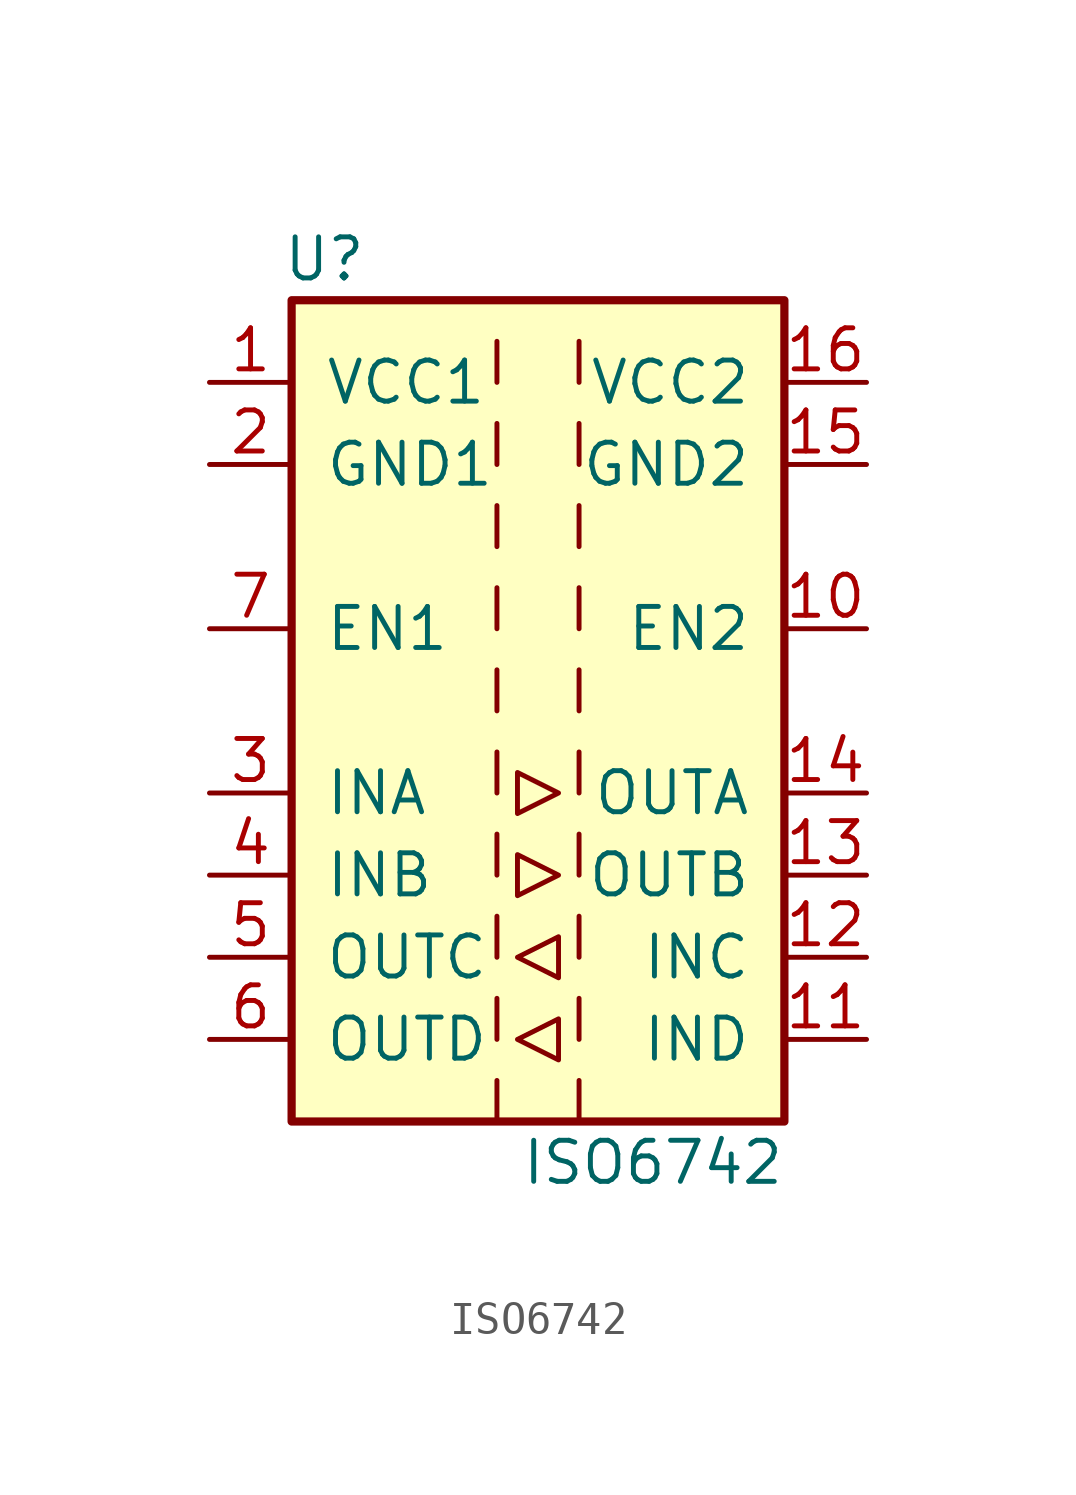
<source format=kicad_sym>
(kicad_symbol_lib
  (version 20220914)
  (generator kicad_symbol_editor)
  (symbol "ISO6742"
    (pin_names
      (offset 1.016))
    (property "Reference" "U"
      (at -6.604 13.97 0)
      (effects (font (size 1.27 1.27))))
    (property "Value" "ISO6742"
      (at 3.556 -13.97 0)
      (effects (font (size 1.27 1.27))))
    (symbol "ISO6742_0_1"
      (rectangle (start -7.62 12.7) (end 7.62 -12.7) (stroke (width 0.254) (type default)) (fill (type background)))
      (polyline (pts (xy -1.27 -11.43) (xy -1.27 -12.7)) (stroke (width 0) (type default)) (fill (type none)))
      (polyline (pts (xy -1.27 -8.89) (xy -1.27 -10.16)) (stroke (width 0) (type default)) (fill (type none)))
      (polyline (pts (xy -1.27 -6.35) (xy -1.27 -7.62)) (stroke (width 0) (type default)) (fill (type none)))
      (polyline (pts (xy -1.27 -3.81) (xy -1.27 -5.08)) (stroke (width 0) (type default)) (fill (type none)))
      (polyline (pts (xy -1.27 -1.27) (xy -1.27 -2.54)) (stroke (width 0) (type default)) (fill (type none)))
      (polyline (pts (xy -1.27 1.27) (xy -1.27 0)) (stroke (width 0) (type default)) (fill (type none)))
      (polyline (pts (xy -1.27 3.81) (xy -1.27 2.54)) (stroke (width 0) (type default)) (fill (type none)))
      (polyline (pts (xy -1.27 6.35) (xy -1.27 5.08)) (stroke (width 0) (type default)) (fill (type none)))
      (polyline (pts (xy -1.27 8.89) (xy -1.27 7.62)) (stroke (width 0) (type default)) (fill (type none)))
      (polyline (pts (xy -1.27 11.43) (xy -1.27 10.16)) (stroke (width 0) (type default)) (fill (type none)))
      (polyline (pts (xy 1.27 -11.43) (xy 1.27 -12.7)) (stroke (width 0) (type default)) (fill (type none)))
      (polyline (pts (xy 1.27 -8.89) (xy 1.27 -10.16)) (stroke (width 0) (type default)) (fill (type none)))
      (polyline (pts (xy 1.27 -6.35) (xy 1.27 -7.62)) (stroke (width 0) (type default)) (fill (type none)))
      (polyline (pts (xy 1.27 -3.81) (xy 1.27 -5.08)) (stroke (width 0) (type default)) (fill (type none)))
      (polyline (pts (xy 1.27 -1.27) (xy 1.27 -2.54)) (stroke (width 0) (type default)) (fill (type none)))
      (polyline (pts (xy 1.27 1.27) (xy 1.27 0)) (stroke (width 0) (type default)) (fill (type none)))
      (polyline (pts (xy 1.27 3.81) (xy 1.27 2.54)) (stroke (width 0) (type default)) (fill (type none)))
      (polyline (pts (xy 1.27 6.35) (xy 1.27 5.08)) (stroke (width 0) (type default)) (fill (type none)))
      (polyline (pts (xy 1.27 8.89) (xy 1.27 7.62)) (stroke (width 0) (type default)) (fill (type none)))
      (polyline (pts (xy 1.27 11.43) (xy 1.27 10.16)) (stroke (width 0) (type default)) (fill (type none)))
      (polyline (pts (xy -0.635 -10.16) (xy 0.635 -9.525) (xy 0.635 -10.795) (xy -0.635 -10.16)) (stroke (width 0) (type default)) (fill (type none)))
      (polyline (pts (xy -0.635 -7.62) (xy 0.635 -6.985) (xy 0.635 -8.255) (xy -0.635 -7.62)) (stroke (width 0) (type default)) (fill (type none)))
      (polyline (pts (xy -0.635 -4.445) (xy -0.635 -5.715) (xy 0.635 -5.08) (xy -0.635 -4.445)) (stroke (width 0) (type default)) (fill (type none)))
      (polyline (pts (xy -0.635 -1.905) (xy -0.635 -3.175) (xy 0.635 -2.54) (xy -0.635 -1.905)) (stroke (width 0) (type default)) (fill (type none))))
    (symbol "ISO6742_1_1"
      (pin power_in line (at -10.16 10.16 0) (length 2.54) (name "VCC1" (effects (font (size 1.27 1.27)))) (number "1" (effects (font (size 1.27 1.27)))))
      (pin input line (at 10.16 2.54 180) (length 2.54) (name "EN2" (effects (font (size 1.27 1.27)))) (number "10" (effects (font (size 1.27 1.27)))))
      (pin input line (at 10.16 -10.16 180) (length 2.54) (name "IND" (effects (font (size 1.27 1.27)))) (number "11" (effects (font (size 1.27 1.27)))))
      (pin input line (at 10.16 -7.62 180) (length 2.54) (name "INC" (effects (font (size 1.27 1.27)))) (number "12" (effects (font (size 1.27 1.27)))))
      (pin output line (at 10.16 -5.08 180) (length 2.54) (name "OUTB" (effects (font (size 1.27 1.27)))) (number "13" (effects (font (size 1.27 1.27)))))
      (pin output line (at 10.16 -2.54 180) (length 2.54) (name "OUTA" (effects (font (size 1.27 1.27)))) (number "14" (effects (font (size 1.27 1.27)))))
      (pin power_in line (at 10.16 7.62 180) (length 2.54) (name "GND2" (effects (font (size 1.27 1.27)))) (number "15" (effects (font (size 1.27 1.27)))))
      (pin power_in line (at 10.16 10.16 180) (length 2.54) (name "VCC2" (effects (font (size 1.27 1.27)))) (number "16" (effects (font (size 1.27 1.27)))))
      (pin power_in line (at -10.16 7.62 0) (length 2.54) (name "GND1" (effects (font (size 1.27 1.27)))) (number "2" (effects (font (size 1.27 1.27)))))
      (pin input line (at -10.16 -2.54 0) (length 2.54) (name "INA" (effects (font (size 1.27 1.27)))) (number "3" (effects (font (size 1.27 1.27)))))
      (pin input line (at -10.16 -5.08 0) (length 2.54) (name "INB" (effects (font (size 1.27 1.27)))) (number "4" (effects (font (size 1.27 1.27)))))
      (pin output line (at -10.16 -7.62 0) (length 2.54) (name "OUTC" (effects (font (size 1.27 1.27)))) (number "5" (effects (font (size 1.27 1.27)))))
      (pin output line (at -10.16 -10.16 0) (length 2.54) (name "OUTD" (effects (font (size 1.27 1.27)))) (number "6" (effects (font (size 1.27 1.27)))))
      (pin input line (at -10.16 2.54 0) (length 2.54) (name "EN1" (effects (font (size 1.27 1.27)))) (number "7" (effects (font (size 1.27 1.27)))))
      (pin passive line (at -10.16 7.62 0) (length 2.54) hide (name "GND1" (effects (font (size 1.27 1.27)))) (number "8" (effects (font (size 1.27 1.27)))))
      (pin passive line (at 10.16 7.62 180) (length 2.54) hide (name "GND2" (effects (font (size 1.27 1.27)))) (number "9" (effects (font (size 1.27 1.27))))))))
</source>
